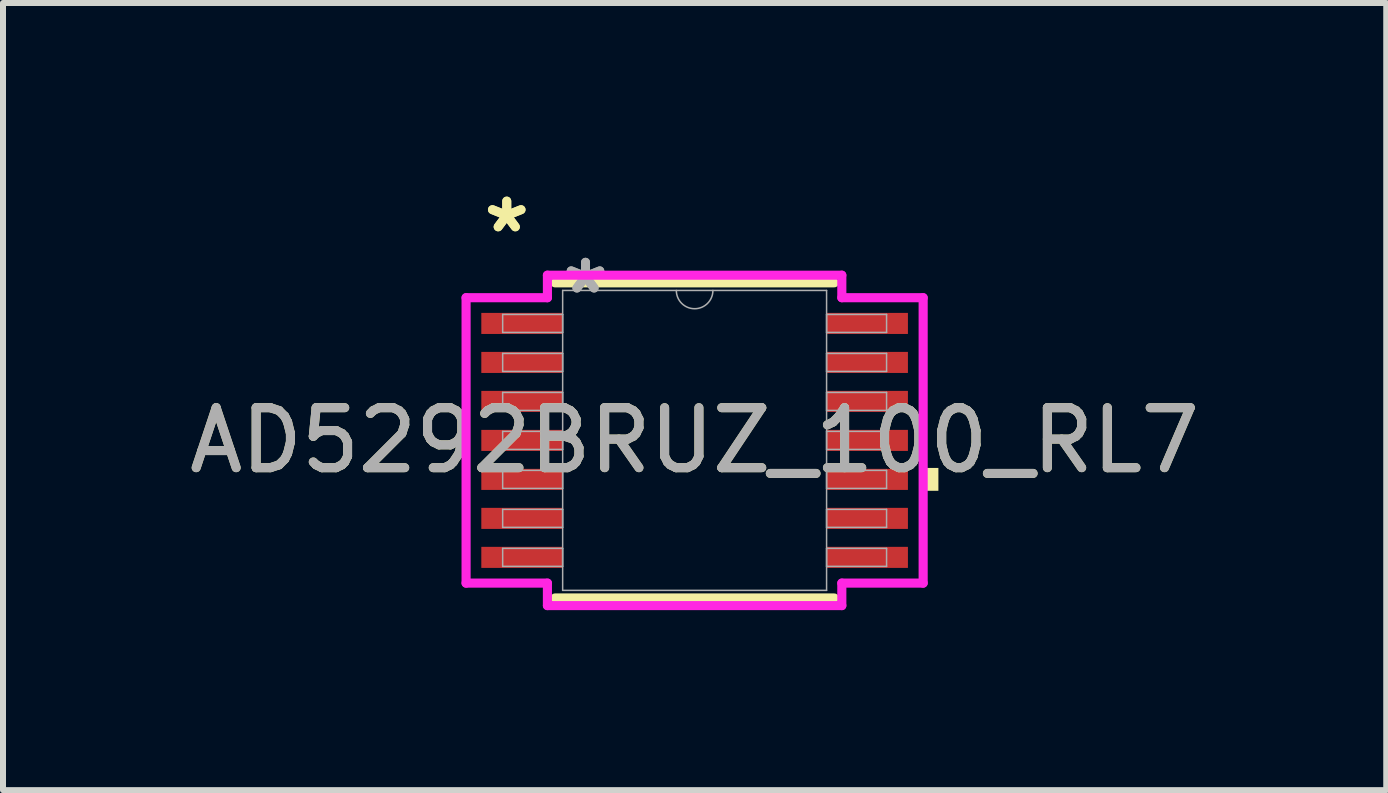
<source format=kicad_pcb>
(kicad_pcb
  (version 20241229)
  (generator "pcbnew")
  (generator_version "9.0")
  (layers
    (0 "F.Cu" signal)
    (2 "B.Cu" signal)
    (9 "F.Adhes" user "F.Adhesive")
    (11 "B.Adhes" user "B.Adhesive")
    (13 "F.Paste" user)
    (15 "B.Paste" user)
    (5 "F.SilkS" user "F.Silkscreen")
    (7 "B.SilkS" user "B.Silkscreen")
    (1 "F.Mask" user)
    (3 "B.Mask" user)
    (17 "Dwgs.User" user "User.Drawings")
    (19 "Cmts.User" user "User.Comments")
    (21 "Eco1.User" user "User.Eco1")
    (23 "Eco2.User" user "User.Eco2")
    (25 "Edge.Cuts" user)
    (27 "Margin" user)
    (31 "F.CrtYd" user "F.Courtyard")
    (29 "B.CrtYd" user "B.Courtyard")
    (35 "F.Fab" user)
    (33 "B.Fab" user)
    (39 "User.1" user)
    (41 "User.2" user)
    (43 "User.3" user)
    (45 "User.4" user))
  (footprint "AD5292BRUZ_100_RL7"
    (layer "F.Cu")
    (at 8.53 4.292)
    (property "Reference" "AD5292BRUZ_100_RL7" (at 0 0 0) (unlocked yes) (layer "F.SilkS") (effects (font (size 1 1) (thickness 0.15))))
    (attr smd)
    (fp_line (start -2.327 2.627) (end 2.327 2.627) (stroke (width 0.152) (type solid)) (layer "F.SilkS"))
    (fp_line (start 2.327 -2.627) (end -2.327 -2.627) (stroke (width 0.152) (type solid)) (layer "F.SilkS"))
    (fp_poly (pts (xy 4.064 0.459) (xy 4.064 0.84) (xy 3.81 0.84) (xy 3.81 0.459)) (stroke (width 0) (type solid)) (fill yes) (layer "F.SilkS"))
    (fp_line (start -3.81 -2.379) (end -2.454 -2.379) (stroke (width 0.152) (type solid)) (layer "F.CrtYd"))
    (fp_line (start -3.81 2.379) (end -3.81 -2.379) (stroke (width 0.152) (type solid)) (layer "F.CrtYd"))
    (fp_line (start -3.81 2.379) (end -2.454 2.379) (stroke (width 0.152) (type solid)) (layer "F.CrtYd"))
    (fp_line (start -2.454 -2.754) (end 2.454 -2.754) (stroke (width 0.152) (type solid)) (layer "F.CrtYd"))
    (fp_line (start -2.454 -2.379) (end -2.454 -2.754) (stroke (width 0.152) (type solid)) (layer "F.CrtYd"))
    (fp_line (start -2.454 2.754) (end -2.454 2.379) (stroke (width 0.152) (type solid)) (layer "F.CrtYd"))
    (fp_line (start 2.454 -2.754) (end 2.454 -2.379) (stroke (width 0.152) (type solid)) (layer "F.CrtYd"))
    (fp_line (start 2.454 2.379) (end 2.454 2.754) (stroke (width 0.152) (type solid)) (layer "F.CrtYd"))
    (fp_line (start 2.454 2.754) (end -2.454 2.754) (stroke (width 0.152) (type solid)) (layer "F.CrtYd"))
    (fp_line (start 3.81 -2.379) (end 2.454 -2.379) (stroke (width 0.152) (type solid)) (layer "F.CrtYd"))
    (fp_line (start 3.81 -2.379) (end 3.81 2.379) (stroke (width 0.152) (type solid)) (layer "F.CrtYd"))
    (fp_line (start 3.81 2.379) (end 2.454 2.379) (stroke (width 0.152) (type solid)) (layer "F.CrtYd"))
    (fp_line (start -3.2 -2.1) (end -3.2 -1.8) (stroke (width 0.025) (type solid)) (layer "F.Fab"))
    (fp_line (start -3.2 -1.8) (end -2.2 -1.8) (stroke (width 0.025) (type solid)) (layer "F.Fab"))
    (fp_line (start -3.2 -1.45) (end -3.2 -1.15) (stroke (width 0.025) (type solid)) (layer "F.Fab"))
    (fp_line (start -3.2 -1.15) (end -2.2 -1.15) (stroke (width 0.025) (type solid)) (layer "F.Fab"))
    (fp_line (start -3.2 -0.8) (end -3.2 -0.5) (stroke (width 0.025) (type solid)) (layer "F.Fab"))
    (fp_line (start -3.2 -0.5) (end -2.2 -0.5) (stroke (width 0.025) (type solid)) (layer "F.Fab"))
    (fp_line (start -3.2 -0.15) (end -3.2 0.15) (stroke (width 0.025) (type solid)) (layer "F.Fab"))
    (fp_line (start -3.2 0.15) (end -2.2 0.15) (stroke (width 0.025) (type solid)) (layer "F.Fab"))
    (fp_line (start -3.2 0.5) (end -3.2 0.8) (stroke (width 0.025) (type solid)) (layer "F.Fab"))
    (fp_line (start -3.2 0.8) (end -2.2 0.8) (stroke (width 0.025) (type solid)) (layer "F.Fab"))
    (fp_line (start -3.2 1.15) (end -3.2 1.45) (stroke (width 0.025) (type solid)) (layer "F.Fab"))
    (fp_line (start -3.2 1.45) (end -2.2 1.45) (stroke (width 0.025) (type solid)) (layer "F.Fab"))
    (fp_line (start -3.2 1.8) (end -3.2 2.1) (stroke (width 0.025) (type solid)) (layer "F.Fab"))
    (fp_line (start -3.2 2.1) (end -2.2 2.1) (stroke (width 0.025) (type solid)) (layer "F.Fab"))
    (fp_line (start -2.2 -2.5) (end -2.2 2.5) (stroke (width 0.025) (type solid)) (layer "F.Fab"))
    (fp_line (start -2.2 -2.1) (end -3.2 -2.1) (stroke (width 0.025) (type solid)) (layer "F.Fab"))
    (fp_line (start -2.2 -1.8) (end -2.2 -2.1) (stroke (width 0.025) (type solid)) (layer "F.Fab"))
    (fp_line (start -2.2 -1.45) (end -3.2 -1.45) (stroke (width 0.025) (type solid)) (layer "F.Fab"))
    (fp_line (start -2.2 -1.15) (end -2.2 -1.45) (stroke (width 0.025) (type solid)) (layer "F.Fab"))
    (fp_line (start -2.2 -0.8) (end -3.2 -0.8) (stroke (width 0.025) (type solid)) (layer "F.Fab"))
    (fp_line (start -2.2 -0.5) (end -2.2 -0.8) (stroke (width 0.025) (type solid)) (layer "F.Fab"))
    (fp_line (start -2.2 -0.15) (end -3.2 -0.15) (stroke (width 0.025) (type solid)) (layer "F.Fab"))
    (fp_line (start -2.2 0.15) (end -2.2 -0.15) (stroke (width 0.025) (type solid)) (layer "F.Fab"))
    (fp_line (start -2.2 0.5) (end -3.2 0.5) (stroke (width 0.025) (type solid)) (layer "F.Fab"))
    (fp_line (start -2.2 0.8) (end -2.2 0.5) (stroke (width 0.025) (type solid)) (layer "F.Fab"))
    (fp_line (start -2.2 1.15) (end -3.2 1.15) (stroke (width 0.025) (type solid)) (layer "F.Fab"))
    (fp_line (start -2.2 1.45) (end -2.2 1.15) (stroke (width 0.025) (type solid)) (layer "F.Fab"))
    (fp_line (start -2.2 1.8) (end -3.2 1.8) (stroke (width 0.025) (type solid)) (layer "F.Fab"))
    (fp_line (start -2.2 2.1) (end -2.2 1.8) (stroke (width 0.025) (type solid)) (layer "F.Fab"))
    (fp_line (start -2.2 2.5) (end 2.2 2.5) (stroke (width 0.025) (type solid)) (layer "F.Fab"))
    (fp_line (start 2.2 -2.5) (end -2.2 -2.5) (stroke (width 0.025) (type solid)) (layer "F.Fab"))
    (fp_line (start 2.2 -2.1) (end 2.2 -1.8) (stroke (width 0.025) (type solid)) (layer "F.Fab"))
    (fp_line (start 2.2 -1.8) (end 3.2 -1.8) (stroke (width 0.025) (type solid)) (layer "F.Fab"))
    (fp_line (start 2.2 -1.45) (end 2.2 -1.15) (stroke (width 0.025) (type solid)) (layer "F.Fab"))
    (fp_line (start 2.2 -1.15) (end 3.2 -1.15) (stroke (width 0.025) (type solid)) (layer "F.Fab"))
    (fp_line (start 2.2 -0.8) (end 2.2 -0.5) (stroke (width 0.025) (type solid)) (layer "F.Fab"))
    (fp_line (start 2.2 -0.5) (end 3.2 -0.5) (stroke (width 0.025) (type solid)) (layer "F.Fab"))
    (fp_line (start 2.2 -0.15) (end 2.2 0.15) (stroke (width 0.025) (type solid)) (layer "F.Fab"))
    (fp_line (start 2.2 0.15) (end 3.2 0.15) (stroke (width 0.025) (type solid)) (layer "F.Fab"))
    (fp_line (start 2.2 0.5) (end 2.2 0.8) (stroke (width 0.025) (type solid)) (layer "F.Fab"))
    (fp_line (start 2.2 0.8) (end 3.2 0.8) (stroke (width 0.025) (type solid)) (layer "F.Fab"))
    (fp_line (start 2.2 1.15) (end 2.2 1.45) (stroke (width 0.025) (type solid)) (layer "F.Fab"))
    (fp_line (start 2.2 1.45) (end 3.2 1.45) (stroke (width 0.025) (type solid)) (layer "F.Fab"))
    (fp_line (start 2.2 1.8) (end 2.2 2.1) (stroke (width 0.025) (type solid)) (layer "F.Fab"))
    (fp_line (start 2.2 2.1) (end 3.2 2.1) (stroke (width 0.025) (type solid)) (layer "F.Fab"))
    (fp_line (start 2.2 2.5) (end 2.2 -2.5) (stroke (width 0.025) (type solid)) (layer "F.Fab"))
    (fp_line (start 3.2 -2.1) (end 2.2 -2.1) (stroke (width 0.025) (type solid)) (layer "F.Fab"))
    (fp_line (start 3.2 -1.8) (end 3.2 -2.1) (stroke (width 0.025) (type solid)) (layer "F.Fab"))
    (fp_line (start 3.2 -1.45) (end 2.2 -1.45) (stroke (width 0.025) (type solid)) (layer "F.Fab"))
    (fp_line (start 3.2 -1.15) (end 3.2 -1.45) (stroke (width 0.025) (type solid)) (layer "F.Fab"))
    (fp_line (start 3.2 -0.8) (end 2.2 -0.8) (stroke (width 0.025) (type solid)) (layer "F.Fab"))
    (fp_line (start 3.2 -0.5) (end 3.2 -0.8) (stroke (width 0.025) (type solid)) (layer "F.Fab"))
    (fp_line (start 3.2 -0.15) (end 2.2 -0.15) (stroke (width 0.025) (type solid)) (layer "F.Fab"))
    (fp_line (start 3.2 0.15) (end 3.2 -0.15) (stroke (width 0.025) (type solid)) (layer "F.Fab"))
    (fp_line (start 3.2 0.5) (end 2.2 0.5) (stroke (width 0.025) (type solid)) (layer "F.Fab"))
    (fp_line (start 3.2 0.8) (end 3.2 0.5) (stroke (width 0.025) (type solid)) (layer "F.Fab"))
    (fp_line (start 3.2 1.15) (end 2.2 1.15) (stroke (width 0.025) (type solid)) (layer "F.Fab"))
    (fp_line (start 3.2 1.45) (end 3.2 1.15) (stroke (width 0.025) (type solid)) (layer "F.Fab"))
    (fp_line (start 3.2 1.8) (end 2.2 1.8) (stroke (width 0.025) (type solid)) (layer "F.Fab"))
    (fp_line (start 3.2 2.1) (end 3.2 1.8) (stroke (width 0.025) (type solid)) (layer "F.Fab"))
    (fp_arc (start 0.3048 -2.5) (mid 0 -2.1952) (end -0.3048 -2.5) (stroke (width 0.0254) (type solid)) (layer "F.Fab"))
    (fp_text user "*" (at -3.132 -3.444 0) (unlocked yes) (layer "F.SilkS") (effects (font (size 1 1) (thickness 0.15))))
    (fp_text user "*" (at -3.132 -3.444 0) (layer "F.SilkS") (effects (font (size 1 1) (thickness 0.15))))
    (fp_text user "${REFERENCE}" (at 0 0 0) (unlocked yes) (layer "F.Fab") (effects (font (size 1 1) (thickness 0.15))))
    (fp_text user "*" (at -1.819 -2.424 0) (layer "F.Fab") (effects (font (size 1 1) (thickness 0.15))))
    (fp_text user "*" (at -1.819 -2.424 0) (unlocked yes) (layer "F.Fab") (effects (font (size 1 1) (thickness 0.15))))
    (pad "1" smd rect (at -2.878 -1.95) (size 1.356 0.351) (layers "F.Cu" "F.Mask" "F.Paste"))
    (pad "2" smd rect (at -2.878 -1.3) (size 1.356 0.351) (layers "F.Cu" "F.Mask" "F.Paste"))
    (pad "3" smd rect (at -2.878 -0.65) (size 1.356 0.351) (layers "F.Cu" "F.Mask" "F.Paste"))
    (pad "4" smd rect (at -2.878 0) (size 1.356 0.351) (layers "F.Cu" "F.Mask" "F.Paste"))
    (pad "5" smd rect (at -2.878 0.65) (size 1.356 0.351) (layers "F.Cu" "F.Mask" "F.Paste"))
    (pad "6" smd rect (at -2.878 1.3) (size 1.356 0.351) (layers "F.Cu" "F.Mask" "F.Paste"))
    (pad "7" smd rect (at -2.878 1.95) (size 1.356 0.351) (layers "F.Cu" "F.Mask" "F.Paste"))
    (pad "8" smd rect (at 2.878 1.95) (size 1.356 0.351) (layers "F.Cu" "F.Mask" "F.Paste"))
    (pad "9" smd rect (at 2.878 1.3) (size 1.356 0.351) (layers "F.Cu" "F.Mask" "F.Paste"))
    (pad "10" smd rect (at 2.878 0.65) (size 1.356 0.351) (layers "F.Cu" "F.Mask" "F.Paste"))
    (pad "11" smd rect (at 2.878 0) (size 1.356 0.351) (layers "F.Cu" "F.Mask" "F.Paste"))
    (pad "12" smd rect (at 2.878 -0.65) (size 1.356 0.351) (layers "F.Cu" "F.Mask" "F.Paste"))
    (pad "13" smd rect (at 2.878 -1.3) (size 1.356 0.351) (layers "F.Cu" "F.Mask" "F.Paste"))
    (pad "14" smd rect (at 2.878 -1.95) (size 1.356 0.351) (layers "F.Cu" "F.Mask" "F.Paste")))
  (gr_rect
    (start -3 -3)
    (end 20.06 10.122)
    (stroke (width 0.1) (type default))
    (fill no)
    (layer "Edge.Cuts")))
</source>
